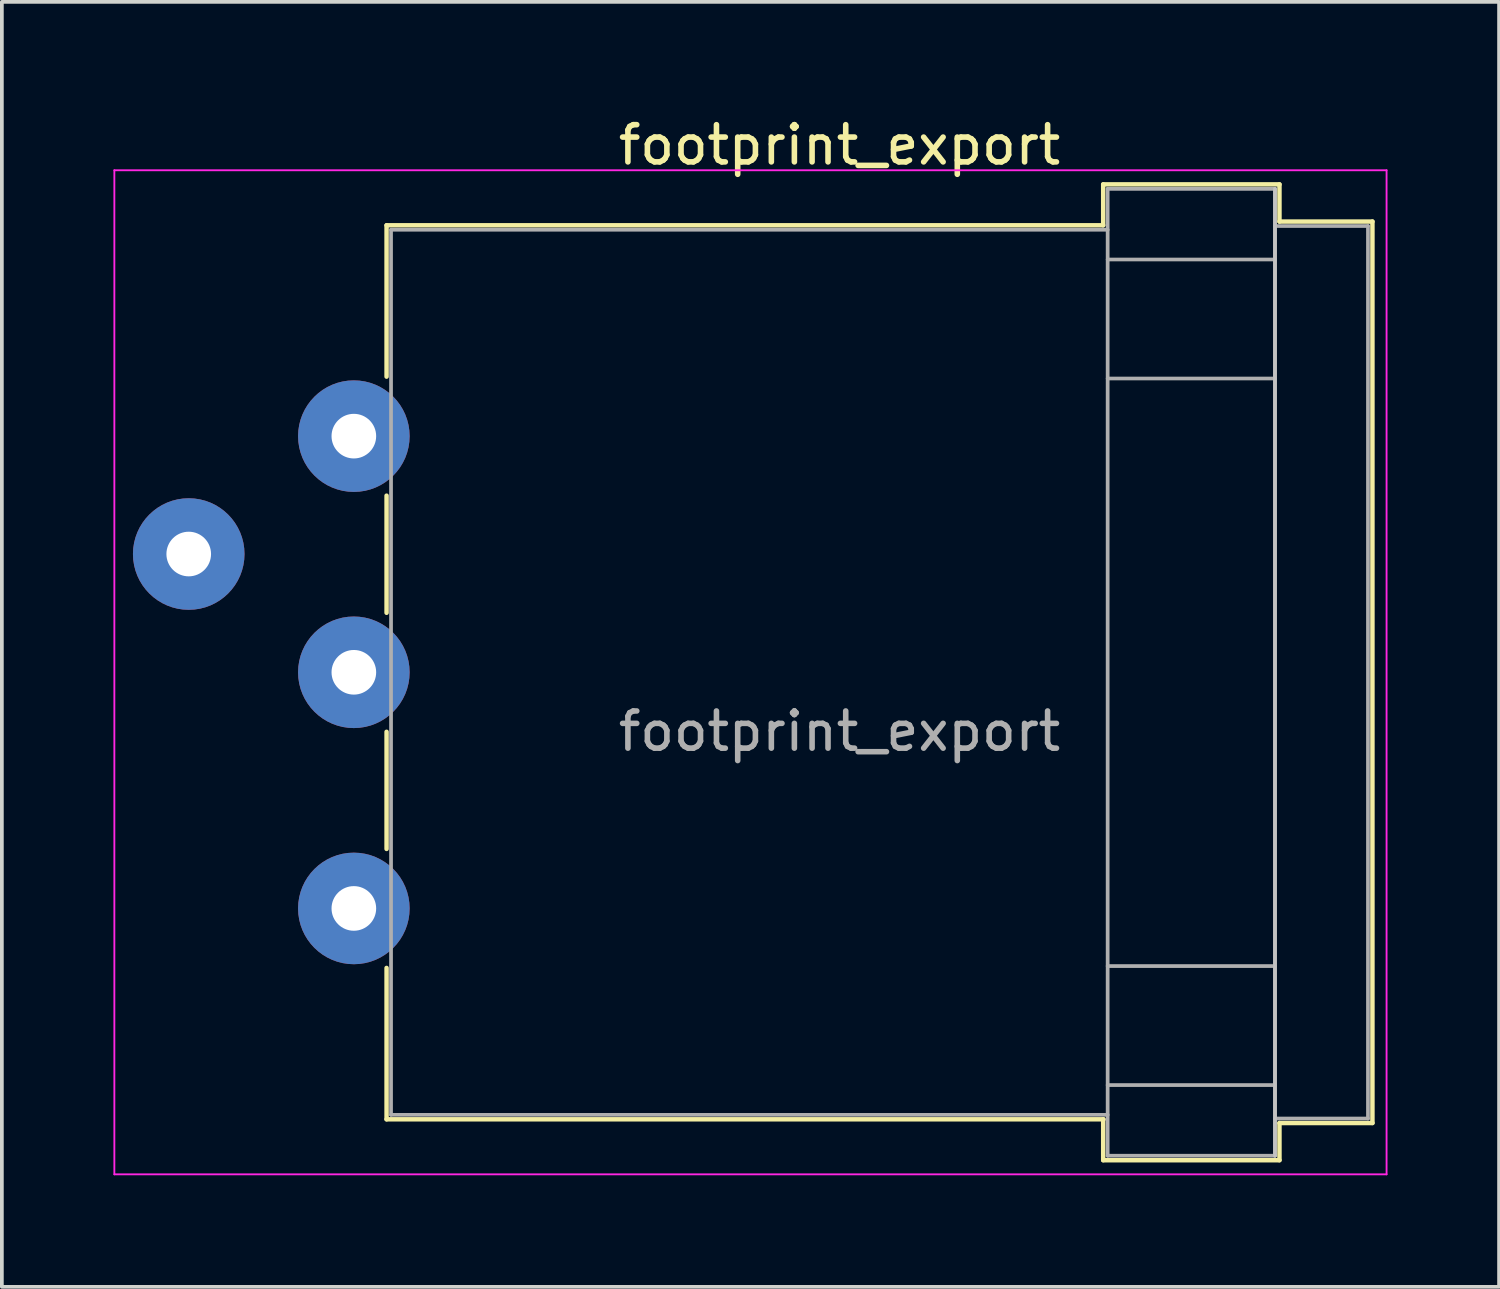
<source format=kicad_pcb>
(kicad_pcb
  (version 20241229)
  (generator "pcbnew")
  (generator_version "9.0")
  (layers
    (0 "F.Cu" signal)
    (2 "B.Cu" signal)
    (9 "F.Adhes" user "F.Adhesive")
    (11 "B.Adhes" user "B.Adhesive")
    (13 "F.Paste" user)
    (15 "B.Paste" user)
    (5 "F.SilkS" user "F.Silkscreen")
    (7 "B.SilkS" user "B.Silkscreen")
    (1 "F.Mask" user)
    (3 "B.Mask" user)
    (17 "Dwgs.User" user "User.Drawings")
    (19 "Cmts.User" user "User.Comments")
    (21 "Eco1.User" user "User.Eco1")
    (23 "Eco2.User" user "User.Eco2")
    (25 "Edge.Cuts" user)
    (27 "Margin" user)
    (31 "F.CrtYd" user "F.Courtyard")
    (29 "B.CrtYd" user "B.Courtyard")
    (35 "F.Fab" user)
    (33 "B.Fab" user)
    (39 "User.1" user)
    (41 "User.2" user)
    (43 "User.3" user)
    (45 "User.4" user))
  (footprint "footprint_export"
    (layer "F.Cu")
    (at 2.025 11.848)
    (property "Reference" "footprint_export" (at 17.5 -11 0) (layer "F.SilkS") (effects (font (size 1 1) (thickness 0.15))))
    (attr through_hole)
    (fp_line (start 5.32 -8.84) (end 24.59 -8.84) (stroke (width 0.12) (type solid)) (layer "F.SilkS"))
    (fp_line (start 5.32 -4.77) (end 5.32 -8.84) (stroke (width 0.12) (type solid)) (layer "F.SilkS"))
    (fp_line (start 5.32 1.58) (end 5.32 -1.57) (stroke (width 0.12) (type solid)) (layer "F.SilkS"))
    (fp_line (start 5.32 7.93) (end 5.32 4.78) (stroke (width 0.12) (type solid)) (layer "F.SilkS"))
    (fp_line (start 5.32 15.2) (end 5.32 11.13) (stroke (width 0.12) (type solid)) (layer "F.SilkS"))
    (fp_line (start 5.32 15.2) (end 24.6 15.2) (stroke (width 0.12) (type solid)) (layer "F.SilkS"))
    (fp_line (start 24.59 -9.94) (end 24.59 -8.84) (stroke (width 0.12) (type solid)) (layer "F.SilkS"))
    (fp_line (start 24.59 -9.94) (end 29.33 -9.94) (stroke (width 0.12) (type solid)) (layer "F.SilkS"))
    (fp_line (start 24.59 16.3) (end 24.59 15.2) (stroke (width 0.12) (type solid)) (layer "F.SilkS"))
    (fp_line (start 24.59 16.3) (end 29.33 16.3) (stroke (width 0.12) (type solid)) (layer "F.SilkS"))
    (fp_line (start 29.33 -9.94) (end 29.33 -8.94) (stroke (width 0.12) (type solid)) (layer "F.SilkS"))
    (fp_line (start 29.33 16.3) (end 29.33 15.3) (stroke (width 0.12) (type solid)) (layer "F.SilkS"))
    (fp_line (start 31.83 -8.94) (end 29.33 -8.94) (stroke (width 0.12) (type solid)) (layer "F.SilkS"))
    (fp_line (start 31.83 15.3) (end 29.33 15.3) (stroke (width 0.12) (type solid)) (layer "F.SilkS"))
    (fp_line (start 31.83 15.3) (end 31.83 -8.94) (stroke (width 0.12) (type solid)) (layer "F.SilkS"))
    (fp_line (start 29.21 16.18) (end 29.21 -9.82) (stroke (width 0.1) (type solid)) (layer "Dwgs.User"))
    (fp_line (start -2 16.68) (end -2 -10.32) (stroke (width 0.05) (type solid)) (layer "F.CrtYd"))
    (fp_line (start -2 16.68) (end 32.21 16.68) (stroke (width 0.05) (type solid)) (layer "F.CrtYd"))
    (fp_line (start 32.21 -10.32) (end -2 -10.32) (stroke (width 0.05) (type solid)) (layer "F.CrtYd"))
    (fp_line (start 32.21 -10.32) (end 32.21 16.68) (stroke (width 0.05) (type solid)) (layer "F.CrtYd"))
    (fp_line (start 5.44 -8.72) (end 24.71 -8.72) (stroke (width 0.1) (type solid)) (layer "F.Fab"))
    (fp_line (start 5.44 15.08) (end 5.44 -8.72) (stroke (width 0.1) (type solid)) (layer "F.Fab"))
    (fp_line (start 5.44 15.08) (end 24.71 15.08) (stroke (width 0.1) (type solid)) (layer "F.Fab"))
    (fp_line (start 24.71 -9.82) (end 29.21 -9.82) (stroke (width 0.1) (type solid)) (layer "F.Fab"))
    (fp_line (start 24.71 -7.92) (end 29.21 -7.92) (stroke (width 0.1) (type solid)) (layer "F.Fab"))
    (fp_line (start 24.71 -4.72) (end 29.21 -4.72) (stroke (width 0.1) (type solid)) (layer "F.Fab"))
    (fp_line (start 24.71 11.08) (end 29.21 11.08) (stroke (width 0.1) (type solid)) (layer "F.Fab"))
    (fp_line (start 24.71 14.28) (end 29.21 14.28) (stroke (width 0.1) (type solid)) (layer "F.Fab"))
    (fp_line (start 24.71 16.18) (end 24.71 -9.82) (stroke (width 0.1) (type solid)) (layer "F.Fab"))
    (fp_line (start 24.71 16.18) (end 29.21 16.18) (stroke (width 0.1) (type solid)) (layer "F.Fab"))
    (fp_line (start 29.21 16.18) (end 29.21 -9.82) (stroke (width 0.1) (type solid)) (layer "F.Fab"))
    (fp_line (start 31.71 -8.82) (end 29.21 -8.82) (stroke (width 0.1) (type solid)) (layer "F.Fab"))
    (fp_line (start 31.71 15.18) (end 29.21 15.18) (stroke (width 0.1) (type solid)) (layer "F.Fab"))
    (fp_line (start 31.71 15.18) (end 31.71 -8.82) (stroke (width 0.1) (type solid)) (layer "F.Fab"))
    (fp_text user "${REFERENCE}" (at 17.5 4.765 0) (layer "F.Fab") (effects (font (size 1 1) (thickness 0.15))))
    (pad "1+" thru_hole circle (at 0 0) (size 3 3) (drill 1.2) (layers "*.Cu" "*.Mask"))
    (pad "1-" thru_hole circle (at 4.44 9.53) (size 3 3) (drill 1.2) (layers "*.Cu" "*.Mask"))
    (pad "2+" thru_hole circle (at 4.44 3.18) (size 3 3) (drill 1.2) (layers "*.Cu" "*.Mask"))
    (pad "2-" thru_hole circle (at 4.44 -3.17) (size 3 3) (drill 1.2) (layers "*.Cu" "*.Mask")))
  (gr_rect
    (start -3 -3)
    (end 37.26 31.553)
    (stroke (width 0.1) (type default))
    (fill no)
    (layer "Edge.Cuts")))
</source>
